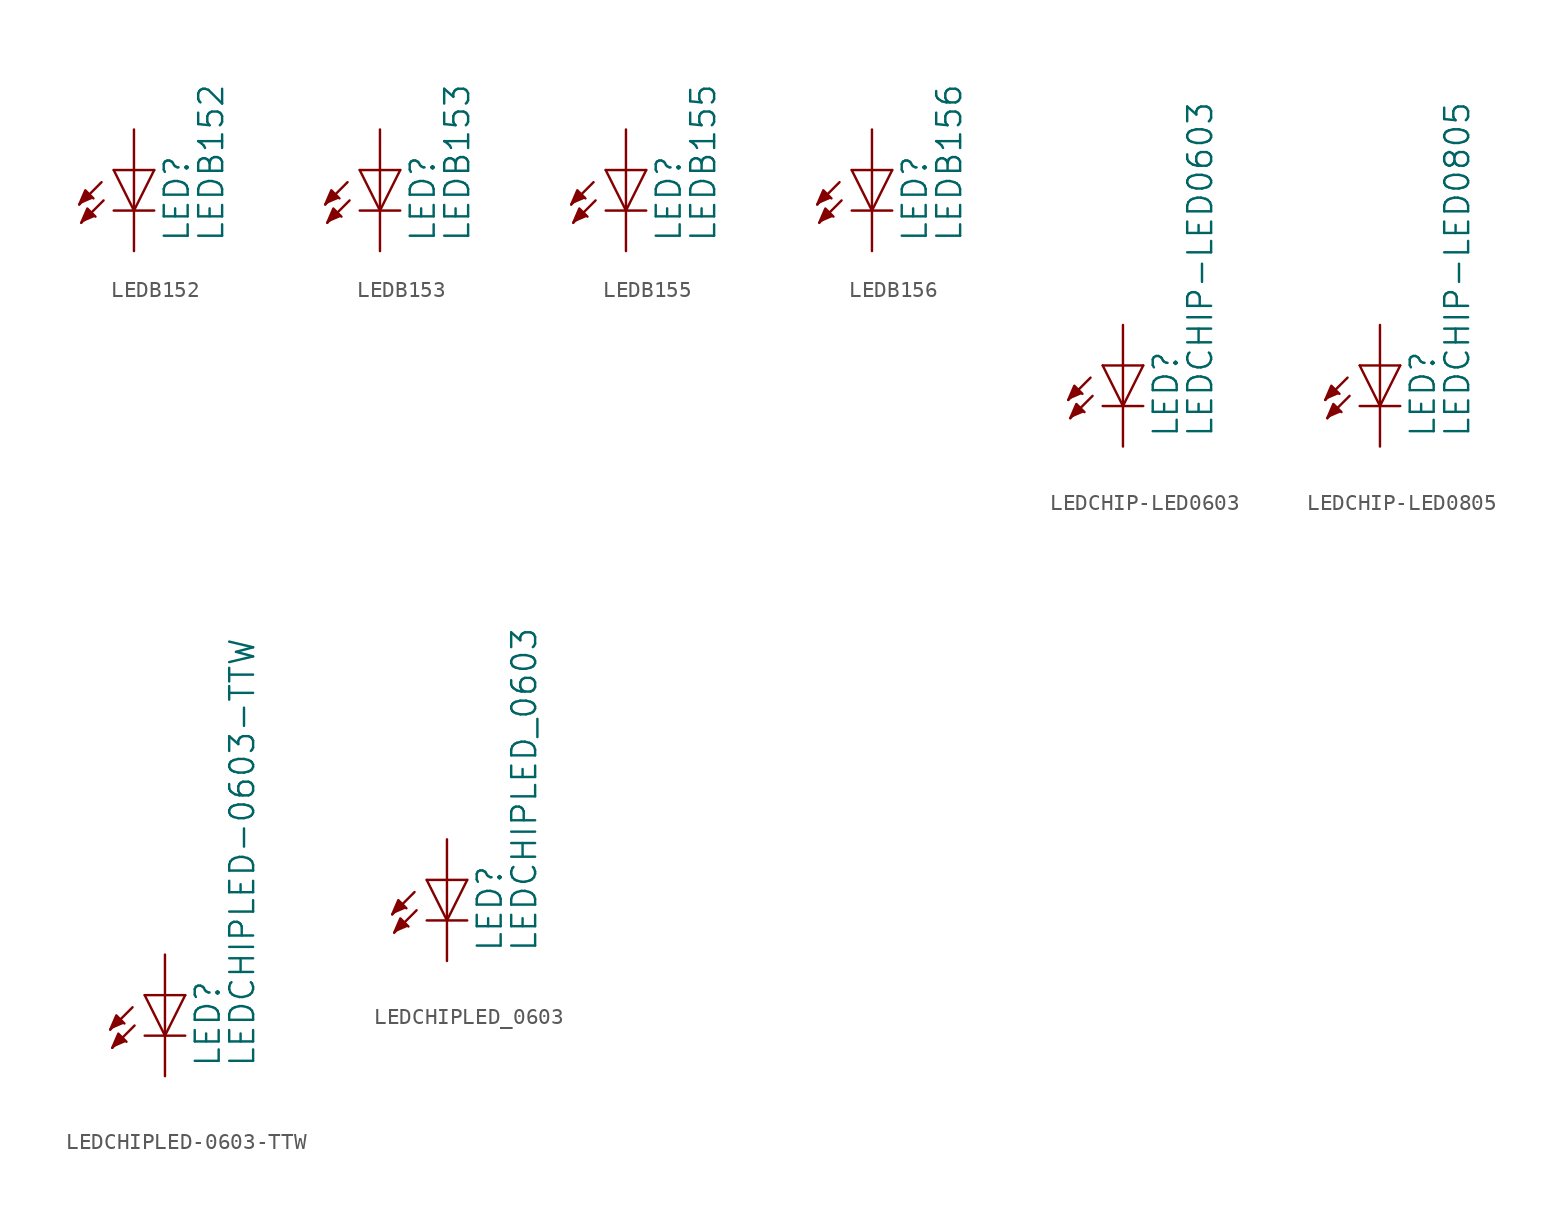
<source format=kicad_sym>
(kicad_symbol_lib
  (version 20211014)
  (generator kicad_symbol_editor)
  (symbol "LEDB152"
    (pin_names
      (offset 1.016))
    (property "Reference" "LED"
      (at 3.556 -4.572 90)
      (effects (font (size 1.499 1.499)) (justify left bottom)))
    (property "Value" "LEDB152"
      (at 5.715 -4.572 90)
      (effects (font (size 1.499 1.499)) (justify left bottom)))
    (property "ki_locked" ""
      (at 0 0 0)
      (effects (font (size 1.27 1.27))))
    (symbol "LEDB152_1_0"
      (polyline (pts (xy -2.032 -0.762) (xy -3.429 -2.159)) (stroke (width 0) (type default) (color 0 0 0 0)) (fill (type none)))
      (polyline (pts (xy -1.905 -1.905) (xy -3.302 -3.302)) (stroke (width 0) (type default) (color 0 0 0 0)) (fill (type none)))
      (polyline (pts (xy 0 -2.54) (xy -1.27 -2.54)) (stroke (width 0) (type default) (color 0 0 0 0)) (fill (type none)))
      (polyline (pts (xy 0 -2.54) (xy -1.27 0)) (stroke (width 0) (type default) (color 0 0 0 0)) (fill (type none)))
      (polyline (pts (xy 0 0) (xy -1.27 0)) (stroke (width 0) (type default) (color 0 0 0 0)) (fill (type none)))
      (polyline (pts (xy 0 0) (xy 0 -2.54)) (stroke (width 0) (type default) (color 0 0 0 0)) (fill (type none)))
      (polyline (pts (xy 1.27 -2.54) (xy 0 -2.54)) (stroke (width 0) (type default) (color 0 0 0 0)) (fill (type none)))
      (polyline (pts (xy 1.27 0) (xy 0 -2.54)) (stroke (width 0) (type default) (color 0 0 0 0)) (fill (type none)))
      (polyline (pts (xy 1.27 0) (xy 0 0)) (stroke (width 0) (type default) (color 0 0 0 0)) (fill (type none)))
      (polyline (pts (xy -3.429 -2.159) (xy -3.048 -1.27) (xy -2.54 -1.778)) (stroke (width 0) (type default) (color 0 0 0 0)) (fill (type outline)))
      (polyline (pts (xy -3.302 -3.302) (xy -2.921 -2.413) (xy -2.413 -2.921)) (stroke (width 0) (type default) (color 0 0 0 0)) (fill (type outline)))
      (pin passive line (at 0 2.54 270) (length 2.54) (name "A" (effects (font (size 0 0)))) (number "A" (effects (font (size 0 0)))))
      (pin passive line (at 0 -5.08 90) (length 2.54) (name "C" (effects (font (size 0 0)))) (number "K" (effects (font (size 0 0)))))))
  (symbol "LEDB153"
    (pin_names
      (offset 1.016))
    (property "Reference" "LED"
      (at 3.556 -4.572 90)
      (effects (font (size 1.499 1.499)) (justify left bottom)))
    (property "Value" "LEDB153"
      (at 5.715 -4.572 90)
      (effects (font (size 1.499 1.499)) (justify left bottom)))
    (property "ki_locked" ""
      (at 0 0 0)
      (effects (font (size 1.27 1.27))))
    (symbol "LEDB153_1_0"
      (polyline (pts (xy -2.032 -0.762) (xy -3.429 -2.159)) (stroke (width 0) (type default) (color 0 0 0 0)) (fill (type none)))
      (polyline (pts (xy -1.905 -1.905) (xy -3.302 -3.302)) (stroke (width 0) (type default) (color 0 0 0 0)) (fill (type none)))
      (polyline (pts (xy 0 -2.54) (xy -1.27 -2.54)) (stroke (width 0) (type default) (color 0 0 0 0)) (fill (type none)))
      (polyline (pts (xy 0 -2.54) (xy -1.27 0)) (stroke (width 0) (type default) (color 0 0 0 0)) (fill (type none)))
      (polyline (pts (xy 0 0) (xy -1.27 0)) (stroke (width 0) (type default) (color 0 0 0 0)) (fill (type none)))
      (polyline (pts (xy 0 0) (xy 0 -2.54)) (stroke (width 0) (type default) (color 0 0 0 0)) (fill (type none)))
      (polyline (pts (xy 1.27 -2.54) (xy 0 -2.54)) (stroke (width 0) (type default) (color 0 0 0 0)) (fill (type none)))
      (polyline (pts (xy 1.27 0) (xy 0 -2.54)) (stroke (width 0) (type default) (color 0 0 0 0)) (fill (type none)))
      (polyline (pts (xy 1.27 0) (xy 0 0)) (stroke (width 0) (type default) (color 0 0 0 0)) (fill (type none)))
      (polyline (pts (xy -3.429 -2.159) (xy -3.048 -1.27) (xy -2.54 -1.778)) (stroke (width 0) (type default) (color 0 0 0 0)) (fill (type outline)))
      (polyline (pts (xy -3.302 -3.302) (xy -2.921 -2.413) (xy -2.413 -2.921)) (stroke (width 0) (type default) (color 0 0 0 0)) (fill (type outline)))
      (pin passive line (at 0 2.54 270) (length 2.54) (name "A" (effects (font (size 0 0)))) (number "A" (effects (font (size 0 0)))))
      (pin passive line (at 0 -5.08 90) (length 2.54) (name "C" (effects (font (size 0 0)))) (number "K" (effects (font (size 0 0)))))))
  (symbol "LEDB155"
    (pin_names
      (offset 1.016))
    (property "Reference" "LED"
      (at 3.556 -4.572 90)
      (effects (font (size 1.499 1.499)) (justify left bottom)))
    (property "Value" "LEDB155"
      (at 5.715 -4.572 90)
      (effects (font (size 1.499 1.499)) (justify left bottom)))
    (property "ki_locked" ""
      (at 0 0 0)
      (effects (font (size 1.27 1.27))))
    (symbol "LEDB155_1_0"
      (polyline (pts (xy -2.032 -0.762) (xy -3.429 -2.159)) (stroke (width 0) (type default) (color 0 0 0 0)) (fill (type none)))
      (polyline (pts (xy -1.905 -1.905) (xy -3.302 -3.302)) (stroke (width 0) (type default) (color 0 0 0 0)) (fill (type none)))
      (polyline (pts (xy 0 -2.54) (xy -1.27 -2.54)) (stroke (width 0) (type default) (color 0 0 0 0)) (fill (type none)))
      (polyline (pts (xy 0 -2.54) (xy -1.27 0)) (stroke (width 0) (type default) (color 0 0 0 0)) (fill (type none)))
      (polyline (pts (xy 0 0) (xy -1.27 0)) (stroke (width 0) (type default) (color 0 0 0 0)) (fill (type none)))
      (polyline (pts (xy 0 0) (xy 0 -2.54)) (stroke (width 0) (type default) (color 0 0 0 0)) (fill (type none)))
      (polyline (pts (xy 1.27 -2.54) (xy 0 -2.54)) (stroke (width 0) (type default) (color 0 0 0 0)) (fill (type none)))
      (polyline (pts (xy 1.27 0) (xy 0 -2.54)) (stroke (width 0) (type default) (color 0 0 0 0)) (fill (type none)))
      (polyline (pts (xy 1.27 0) (xy 0 0)) (stroke (width 0) (type default) (color 0 0 0 0)) (fill (type none)))
      (polyline (pts (xy -3.429 -2.159) (xy -3.048 -1.27) (xy -2.54 -1.778)) (stroke (width 0) (type default) (color 0 0 0 0)) (fill (type outline)))
      (polyline (pts (xy -3.302 -3.302) (xy -2.921 -2.413) (xy -2.413 -2.921)) (stroke (width 0) (type default) (color 0 0 0 0)) (fill (type outline)))
      (pin passive line (at 0 2.54 270) (length 2.54) (name "A" (effects (font (size 0 0)))) (number "A" (effects (font (size 0 0)))))
      (pin passive line (at 0 -5.08 90) (length 2.54) (name "C" (effects (font (size 0 0)))) (number "K" (effects (font (size 0 0)))))))
  (symbol "LEDB156"
    (pin_names
      (offset 1.016))
    (property "Reference" "LED"
      (at 3.556 -4.572 90)
      (effects (font (size 1.499 1.499)) (justify left bottom)))
    (property "Value" "LEDB156"
      (at 5.715 -4.572 90)
      (effects (font (size 1.499 1.499)) (justify left bottom)))
    (property "ki_locked" ""
      (at 0 0 0)
      (effects (font (size 1.27 1.27))))
    (symbol "LEDB156_1_0"
      (polyline (pts (xy -2.032 -0.762) (xy -3.429 -2.159)) (stroke (width 0) (type default) (color 0 0 0 0)) (fill (type none)))
      (polyline (pts (xy -1.905 -1.905) (xy -3.302 -3.302)) (stroke (width 0) (type default) (color 0 0 0 0)) (fill (type none)))
      (polyline (pts (xy 0 -2.54) (xy -1.27 -2.54)) (stroke (width 0) (type default) (color 0 0 0 0)) (fill (type none)))
      (polyline (pts (xy 0 -2.54) (xy -1.27 0)) (stroke (width 0) (type default) (color 0 0 0 0)) (fill (type none)))
      (polyline (pts (xy 0 0) (xy -1.27 0)) (stroke (width 0) (type default) (color 0 0 0 0)) (fill (type none)))
      (polyline (pts (xy 0 0) (xy 0 -2.54)) (stroke (width 0) (type default) (color 0 0 0 0)) (fill (type none)))
      (polyline (pts (xy 1.27 -2.54) (xy 0 -2.54)) (stroke (width 0) (type default) (color 0 0 0 0)) (fill (type none)))
      (polyline (pts (xy 1.27 0) (xy 0 -2.54)) (stroke (width 0) (type default) (color 0 0 0 0)) (fill (type none)))
      (polyline (pts (xy 1.27 0) (xy 0 0)) (stroke (width 0) (type default) (color 0 0 0 0)) (fill (type none)))
      (polyline (pts (xy -3.429 -2.159) (xy -3.048 -1.27) (xy -2.54 -1.778)) (stroke (width 0) (type default) (color 0 0 0 0)) (fill (type outline)))
      (polyline (pts (xy -3.302 -3.302) (xy -2.921 -2.413) (xy -2.413 -2.921)) (stroke (width 0) (type default) (color 0 0 0 0)) (fill (type outline)))
      (pin passive line (at 0 2.54 270) (length 2.54) (name "A" (effects (font (size 0 0)))) (number "A" (effects (font (size 0 0)))))
      (pin passive line (at 0 -5.08 90) (length 2.54) (name "C" (effects (font (size 0 0)))) (number "K" (effects (font (size 0 0)))))))
  (symbol "LEDCHIP-LED0603"
    (pin_names
      (offset 1.016))
    (property "Reference" "LED"
      (at 3.556 -4.572 90)
      (effects (font (size 1.499 1.499)) (justify left bottom)))
    (property "Value" "LEDCHIP-LED0603"
      (at 5.715 -4.572 90)
      (effects (font (size 1.499 1.499)) (justify left bottom)))
    (property "ki_locked" ""
      (at 0 0 0)
      (effects (font (size 1.27 1.27))))
    (symbol "LEDCHIP-LED0603_1_0"
      (polyline (pts (xy -2.032 -0.762) (xy -3.429 -2.159)) (stroke (width 0) (type default) (color 0 0 0 0)) (fill (type none)))
      (polyline (pts (xy -1.905 -1.905) (xy -3.302 -3.302)) (stroke (width 0) (type default) (color 0 0 0 0)) (fill (type none)))
      (polyline (pts (xy 0 -2.54) (xy -1.27 -2.54)) (stroke (width 0) (type default) (color 0 0 0 0)) (fill (type none)))
      (polyline (pts (xy 0 -2.54) (xy -1.27 0)) (stroke (width 0) (type default) (color 0 0 0 0)) (fill (type none)))
      (polyline (pts (xy 0 0) (xy -1.27 0)) (stroke (width 0) (type default) (color 0 0 0 0)) (fill (type none)))
      (polyline (pts (xy 0 0) (xy 0 -2.54)) (stroke (width 0) (type default) (color 0 0 0 0)) (fill (type none)))
      (polyline (pts (xy 1.27 -2.54) (xy 0 -2.54)) (stroke (width 0) (type default) (color 0 0 0 0)) (fill (type none)))
      (polyline (pts (xy 1.27 0) (xy 0 -2.54)) (stroke (width 0) (type default) (color 0 0 0 0)) (fill (type none)))
      (polyline (pts (xy 1.27 0) (xy 0 0)) (stroke (width 0) (type default) (color 0 0 0 0)) (fill (type none)))
      (polyline (pts (xy -3.429 -2.159) (xy -3.048 -1.27) (xy -2.54 -1.778)) (stroke (width 0) (type default) (color 0 0 0 0)) (fill (type outline)))
      (polyline (pts (xy -3.302 -3.302) (xy -2.921 -2.413) (xy -2.413 -2.921)) (stroke (width 0) (type default) (color 0 0 0 0)) (fill (type outline)))
      (pin passive line (at 0 2.54 270) (length 2.54) (name "A" (effects (font (size 0 0)))) (number "A" (effects (font (size 0 0)))))
      (pin passive line (at 0 -5.08 90) (length 2.54) (name "C" (effects (font (size 0 0)))) (number "C" (effects (font (size 0 0)))))))
  (symbol "LEDCHIP-LED0805"
    (pin_names
      (offset 1.016))
    (property "Reference" "LED"
      (at 3.556 -4.572 90)
      (effects (font (size 1.499 1.499)) (justify left bottom)))
    (property "Value" "LEDCHIP-LED0805"
      (at 5.715 -4.572 90)
      (effects (font (size 1.499 1.499)) (justify left bottom)))
    (property "ki_locked" ""
      (at 0 0 0)
      (effects (font (size 1.27 1.27))))
    (symbol "LEDCHIP-LED0805_1_0"
      (polyline (pts (xy -2.032 -0.762) (xy -3.429 -2.159)) (stroke (width 0) (type default) (color 0 0 0 0)) (fill (type none)))
      (polyline (pts (xy -1.905 -1.905) (xy -3.302 -3.302)) (stroke (width 0) (type default) (color 0 0 0 0)) (fill (type none)))
      (polyline (pts (xy 0 -2.54) (xy -1.27 -2.54)) (stroke (width 0) (type default) (color 0 0 0 0)) (fill (type none)))
      (polyline (pts (xy 0 -2.54) (xy -1.27 0)) (stroke (width 0) (type default) (color 0 0 0 0)) (fill (type none)))
      (polyline (pts (xy 0 0) (xy -1.27 0)) (stroke (width 0) (type default) (color 0 0 0 0)) (fill (type none)))
      (polyline (pts (xy 0 0) (xy 0 -2.54)) (stroke (width 0) (type default) (color 0 0 0 0)) (fill (type none)))
      (polyline (pts (xy 1.27 -2.54) (xy 0 -2.54)) (stroke (width 0) (type default) (color 0 0 0 0)) (fill (type none)))
      (polyline (pts (xy 1.27 0) (xy 0 -2.54)) (stroke (width 0) (type default) (color 0 0 0 0)) (fill (type none)))
      (polyline (pts (xy 1.27 0) (xy 0 0)) (stroke (width 0) (type default) (color 0 0 0 0)) (fill (type none)))
      (polyline (pts (xy -3.429 -2.159) (xy -3.048 -1.27) (xy -2.54 -1.778)) (stroke (width 0) (type default) (color 0 0 0 0)) (fill (type outline)))
      (polyline (pts (xy -3.302 -3.302) (xy -2.921 -2.413) (xy -2.413 -2.921)) (stroke (width 0) (type default) (color 0 0 0 0)) (fill (type outline)))
      (pin passive line (at 0 2.54 270) (length 2.54) (name "A" (effects (font (size 0 0)))) (number "A" (effects (font (size 0 0)))))
      (pin passive line (at 0 -5.08 90) (length 2.54) (name "C" (effects (font (size 0 0)))) (number "C" (effects (font (size 0 0)))))))
  (symbol "LEDCHIPLED-0603-TTW"
    (pin_names
      (offset 1.016))
    (property "Reference" "LED"
      (at 3.556 -4.572 90)
      (effects (font (size 1.499 1.499)) (justify left bottom)))
    (property "Value" "LEDCHIPLED-0603-TTW"
      (at 5.715 -4.572 90)
      (effects (font (size 1.499 1.499)) (justify left bottom)))
    (property "ki_locked" ""
      (at 0 0 0)
      (effects (font (size 1.27 1.27))))
    (symbol "LEDCHIPLED-0603-TTW_1_0"
      (polyline (pts (xy -2.032 -0.762) (xy -3.429 -2.159)) (stroke (width 0) (type default) (color 0 0 0 0)) (fill (type none)))
      (polyline (pts (xy -1.905 -1.905) (xy -3.302 -3.302)) (stroke (width 0) (type default) (color 0 0 0 0)) (fill (type none)))
      (polyline (pts (xy 0 -2.54) (xy -1.27 -2.54)) (stroke (width 0) (type default) (color 0 0 0 0)) (fill (type none)))
      (polyline (pts (xy 0 -2.54) (xy -1.27 0)) (stroke (width 0) (type default) (color 0 0 0 0)) (fill (type none)))
      (polyline (pts (xy 0 0) (xy -1.27 0)) (stroke (width 0) (type default) (color 0 0 0 0)) (fill (type none)))
      (polyline (pts (xy 0 0) (xy 0 -2.54)) (stroke (width 0) (type default) (color 0 0 0 0)) (fill (type none)))
      (polyline (pts (xy 1.27 -2.54) (xy 0 -2.54)) (stroke (width 0) (type default) (color 0 0 0 0)) (fill (type none)))
      (polyline (pts (xy 1.27 0) (xy 0 -2.54)) (stroke (width 0) (type default) (color 0 0 0 0)) (fill (type none)))
      (polyline (pts (xy 1.27 0) (xy 0 0)) (stroke (width 0) (type default) (color 0 0 0 0)) (fill (type none)))
      (polyline (pts (xy -3.429 -2.159) (xy -3.048 -1.27) (xy -2.54 -1.778)) (stroke (width 0) (type default) (color 0 0 0 0)) (fill (type outline)))
      (polyline (pts (xy -3.302 -3.302) (xy -2.921 -2.413) (xy -2.413 -2.921)) (stroke (width 0) (type default) (color 0 0 0 0)) (fill (type outline)))
      (pin passive line (at 0 2.54 270) (length 2.54) (name "A" (effects (font (size 0 0)))) (number "A@1" (effects (font (size 0 0)))))
      (pin passive line (at 0 -5.08 90) (length 2.54) (name "C" (effects (font (size 0 0)))) (number "C@1" (effects (font (size 0 0)))))))
  (symbol "LEDCHIPLED_0603"
    (pin_names
      (offset 1.016))
    (property "Reference" "LED"
      (at 3.556 -4.572 90)
      (effects (font (size 1.499 1.499)) (justify left bottom)))
    (property "Value" "LEDCHIPLED_0603"
      (at 5.715 -4.572 90)
      (effects (font (size 1.499 1.499)) (justify left bottom)))
    (property "ki_locked" ""
      (at 0 0 0)
      (effects (font (size 1.27 1.27))))
    (symbol "LEDCHIPLED_0603_1_0"
      (polyline (pts (xy -2.032 -0.762) (xy -3.429 -2.159)) (stroke (width 0) (type default) (color 0 0 0 0)) (fill (type none)))
      (polyline (pts (xy -1.905 -1.905) (xy -3.302 -3.302)) (stroke (width 0) (type default) (color 0 0 0 0)) (fill (type none)))
      (polyline (pts (xy 0 -2.54) (xy -1.27 -2.54)) (stroke (width 0) (type default) (color 0 0 0 0)) (fill (type none)))
      (polyline (pts (xy 0 -2.54) (xy -1.27 0)) (stroke (width 0) (type default) (color 0 0 0 0)) (fill (type none)))
      (polyline (pts (xy 0 0) (xy -1.27 0)) (stroke (width 0) (type default) (color 0 0 0 0)) (fill (type none)))
      (polyline (pts (xy 0 0) (xy 0 -2.54)) (stroke (width 0) (type default) (color 0 0 0 0)) (fill (type none)))
      (polyline (pts (xy 1.27 -2.54) (xy 0 -2.54)) (stroke (width 0) (type default) (color 0 0 0 0)) (fill (type none)))
      (polyline (pts (xy 1.27 0) (xy 0 -2.54)) (stroke (width 0) (type default) (color 0 0 0 0)) (fill (type none)))
      (polyline (pts (xy 1.27 0) (xy 0 0)) (stroke (width 0) (type default) (color 0 0 0 0)) (fill (type none)))
      (polyline (pts (xy -3.429 -2.159) (xy -3.048 -1.27) (xy -2.54 -1.778)) (stroke (width 0) (type default) (color 0 0 0 0)) (fill (type outline)))
      (polyline (pts (xy -3.302 -3.302) (xy -2.921 -2.413) (xy -2.413 -2.921)) (stroke (width 0) (type default) (color 0 0 0 0)) (fill (type outline)))
      (pin passive line (at 0 2.54 270) (length 2.54) (name "A" (effects (font (size 0 0)))) (number "A" (effects (font (size 0 0)))))
      (pin passive line (at 0 -5.08 90) (length 2.54) (name "C" (effects (font (size 0 0)))) (number "C" (effects (font (size 0 0))))))))
</source>
